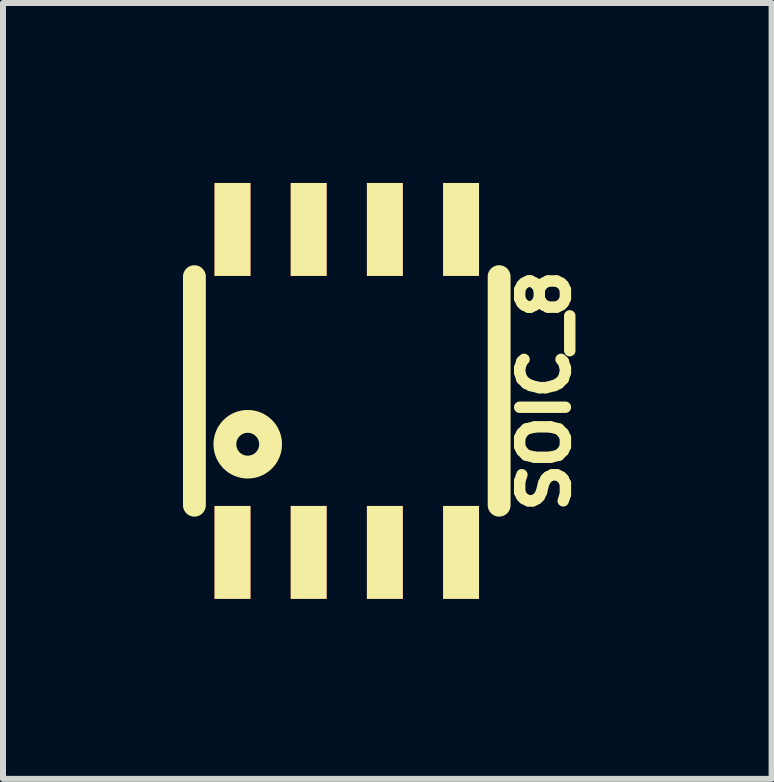
<source format=kicad_pcb>
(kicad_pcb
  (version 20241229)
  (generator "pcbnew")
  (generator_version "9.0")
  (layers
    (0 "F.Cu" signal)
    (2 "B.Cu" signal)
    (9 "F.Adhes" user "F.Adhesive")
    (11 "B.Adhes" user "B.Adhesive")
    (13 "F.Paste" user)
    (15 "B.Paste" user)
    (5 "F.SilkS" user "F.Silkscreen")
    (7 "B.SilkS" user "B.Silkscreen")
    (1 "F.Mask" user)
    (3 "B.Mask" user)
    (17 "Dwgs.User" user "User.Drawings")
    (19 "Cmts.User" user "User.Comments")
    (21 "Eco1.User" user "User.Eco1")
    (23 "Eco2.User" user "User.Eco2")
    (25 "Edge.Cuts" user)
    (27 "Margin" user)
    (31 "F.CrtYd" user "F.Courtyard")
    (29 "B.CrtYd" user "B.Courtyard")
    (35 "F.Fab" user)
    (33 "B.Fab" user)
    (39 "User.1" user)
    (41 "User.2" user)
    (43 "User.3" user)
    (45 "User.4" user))
  (footprint "SOIC_8"
    (layer "F.Cu")
    (at 2.731 3.467)
    (property "Reference" "SOIC_8" (at 3.302 0 90) (layer "F.SilkS") (effects (font (size 0.762 0.762) (thickness 0.191))))
    (attr through_hole)
    (fp_line (start -2.54 -1.905) (end -2.54 1.905) (stroke (width 0.381) (type solid)) (layer "F.SilkS"))
    (fp_line (start 2.54 -1.905) (end 2.54 1.905) (stroke (width 0.381) (type solid)) (layer "F.SilkS"))
    (fp_circle (center -1.651 0.889) (end -1.651 0.508) (stroke (width 0.381) (type solid)) (fill no) (layer "F.SilkS"))
    (pad "1" smd rect (at -1.905 2.692) (size 0.599 1.549) (layers "F.Cu" "F.Mask" "F.SilkS"))
    (pad "2" smd rect (at -0.635 2.692) (size 0.599 1.549) (layers "F.Cu" "F.Mask" "F.SilkS"))
    (pad "3" smd rect (at 0.635 2.692) (size 0.599 1.549) (layers "F.Cu" "F.Mask" "F.SilkS"))
    (pad "4" smd rect (at 1.905 2.692) (size 0.599 1.549) (layers "F.Cu" "F.Mask" "F.SilkS"))
    (pad "5" smd rect (at 1.905 -2.692) (size 0.599 1.549) (layers "F.Cu" "F.Mask" "F.SilkS"))
    (pad "6" smd rect (at 0.635 -2.692) (size 0.599 1.549) (layers "F.Cu" "F.Mask" "F.SilkS"))
    (pad "7" smd rect (at -0.635 -2.692) (size 0.599 1.549) (layers "F.Cu" "F.Mask" "F.SilkS"))
    (pad "8" smd rect (at -1.905 -2.692) (size 0.599 1.549) (layers "F.Cu" "F.Mask" "F.SilkS")))
  (gr_rect
    (start -3 -3)
    (end 9.813 9.934)
    (stroke (width 0.1) (type default))
    (fill no)
    (layer "Edge.Cuts")))
</source>
